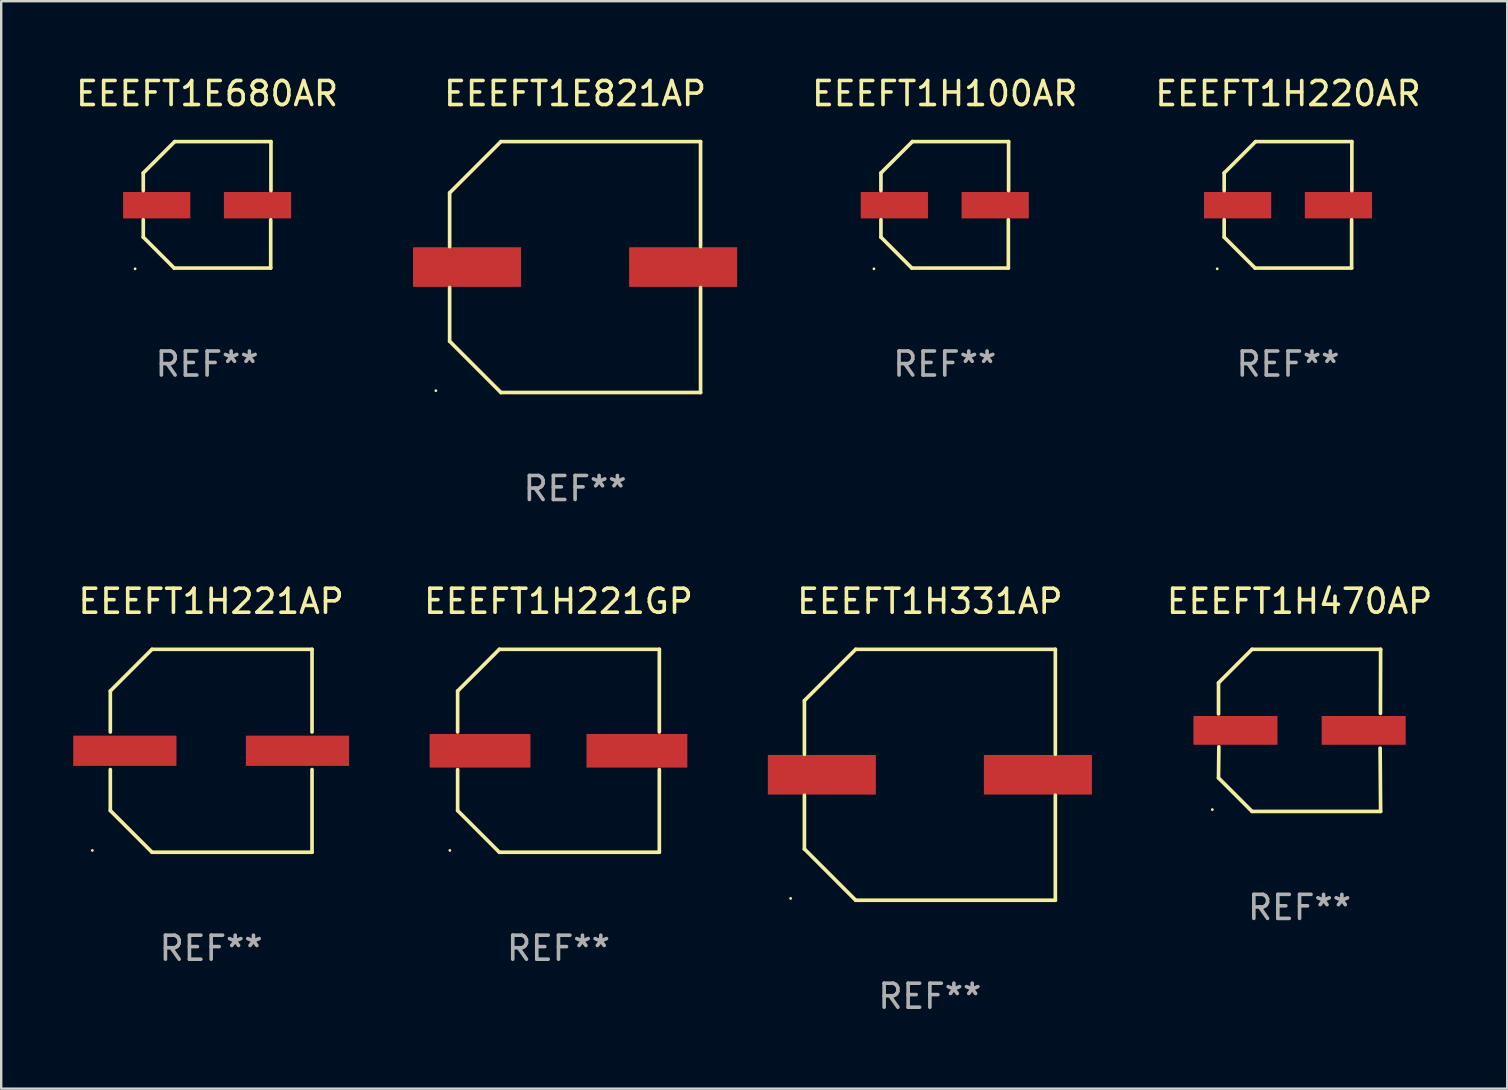
<source format=kicad_pcb>
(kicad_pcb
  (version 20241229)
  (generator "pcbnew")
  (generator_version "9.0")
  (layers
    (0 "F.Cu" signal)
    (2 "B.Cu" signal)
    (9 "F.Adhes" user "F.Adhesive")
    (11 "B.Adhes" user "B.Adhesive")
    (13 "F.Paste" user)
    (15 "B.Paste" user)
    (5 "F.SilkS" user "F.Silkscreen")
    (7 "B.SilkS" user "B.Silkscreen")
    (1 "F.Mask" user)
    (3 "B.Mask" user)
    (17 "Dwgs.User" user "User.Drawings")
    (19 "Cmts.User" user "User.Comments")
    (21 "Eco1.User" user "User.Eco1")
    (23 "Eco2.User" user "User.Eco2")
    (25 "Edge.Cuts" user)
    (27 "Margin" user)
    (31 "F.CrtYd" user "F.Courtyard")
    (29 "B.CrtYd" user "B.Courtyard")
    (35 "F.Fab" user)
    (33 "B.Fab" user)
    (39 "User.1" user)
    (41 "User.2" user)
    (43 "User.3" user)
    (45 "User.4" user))
  (footprint "EEEFT1E680AR"
    (layer "F.Cu")
    (at 5.577 5.482)
    (property "Reference" "EEEFT1E680AR" (at 0 -4.634 0) (layer "F.SilkS") (effects (font (size 1 1) (thickness 0.15))))
    (attr through_hole)
    (fp_line (start -2.659 -1.326) (end -2.659 -0.592) (stroke (width 0.152) (type solid)) (layer "F.SilkS"))
    (fp_line (start -2.659 1.346) (end -2.659 0.622) (stroke (width 0.152) (type solid)) (layer "F.SilkS"))
    (fp_line (start -1.372 2.634) (end -2.659 1.346) (stroke (width 0.152) (type solid)) (layer "F.SilkS"))
    (fp_line (start -1.349 -2.634) (end -2.659 -1.326) (stroke (width 0.152) (type solid)) (layer "F.SilkS"))
    (fp_line (start 2.649 0.622) (end 2.649 2.634) (stroke (width 0.152) (type solid)) (layer "F.SilkS"))
    (fp_line (start 2.649 2.634) (end -1.372 2.634) (stroke (width 0.152) (type solid)) (layer "F.SilkS"))
    (fp_line (start 2.659 -2.634) (end -1.349 -2.634) (stroke (width 0.152) (type solid)) (layer "F.SilkS"))
    (fp_line (start 2.659 -0.592) (end 2.659 -2.634) (stroke (width 0.152) (type solid)) (layer "F.SilkS"))
    (fp_circle (center -3 2.665) (end -2.97 2.665) (stroke (width 0.06) (type solid)) (fill no) (layer "F.SilkS"))
    (fp_text user "REF**" (at 0 6.634 0) (layer "F.Fab") (effects (font (size 1 1) (thickness 0.15))))
    (pad "1" smd rect (at -2.1 0.015) (size 2.8 1.1) (layers "F.Cu" "F.Mask" "F.Paste"))
    (pad "2" smd rect (at 2.1 0.015) (size 2.8 1.1) (layers "F.Cu" "F.Mask" "F.Paste")))
  (footprint "EEEFT1H331AP"
    (layer "F.Cu")
    (at 35.683 29.223)
    (property "Reference" "EEEFT1H331AP" (at 0 -7.226 0) (layer "F.SilkS") (effects (font (size 1 1) (thickness 0.15))))
    (attr through_hole)
    (fp_line (start -5.226 -3.09) (end -5.226 -0.852) (stroke (width 0.152) (type solid)) (layer "F.SilkS"))
    (fp_line (start -5.226 3.09) (end -5.226 0.852) (stroke (width 0.152) (type solid)) (layer "F.SilkS"))
    (fp_line (start -3.09 -5.226) (end -5.226 -3.09) (stroke (width 0.152) (type solid)) (layer "F.SilkS"))
    (fp_line (start -3.09 5.226) (end -5.226 3.09) (stroke (width 0.152) (type solid)) (layer "F.SilkS"))
    (fp_line (start 5.226 -5.226) (end -3.09 -5.226) (stroke (width 0.152) (type solid)) (layer "F.SilkS"))
    (fp_line (start 5.226 -0.852) (end 5.226 -5.226) (stroke (width 0.152) (type solid)) (layer "F.SilkS"))
    (fp_line (start 5.226 0.852) (end 5.226 5.226) (stroke (width 0.152) (type solid)) (layer "F.SilkS"))
    (fp_line (start 5.226 5.226) (end -3.09 5.226) (stroke (width 0.152) (type solid)) (layer "F.SilkS"))
    (fp_circle (center -5.8 5.15) (end -5.77 5.15) (stroke (width 0.06) (type solid)) (fill no) (layer "F.SilkS"))
    (fp_text user "REF**" (at 0 9.226 0) (layer "F.Fab") (effects (font (size 1 1) (thickness 0.15))))
    (pad "1" smd rect (at -4.5 0) (size 4.5 1.65) (layers "F.Cu" "F.Mask" "F.Paste"))
    (pad "2" smd rect (at 4.5 0) (size 4.5 1.65) (layers "F.Cu" "F.Mask" "F.Paste")))
  (footprint "EEEFT1H221GP"
    (layer "F.Cu")
    (at 20.213 28.223)
    (property "Reference" "EEEFT1H221GP" (at 0 -6.226 0) (layer "F.SilkS") (effects (font (size 1 1) (thickness 0.15))))
    (attr through_hole)
    (fp_line (start -4.201 -2.49) (end -4.201 -0.782) (stroke (width 0.152) (type solid)) (layer "F.SilkS"))
    (fp_line (start -4.201 2.49) (end -4.201 0.782) (stroke (width 0.152) (type solid)) (layer "F.SilkS"))
    (fp_line (start -2.465 -4.226) (end -4.201 -2.49) (stroke (width 0.152) (type solid)) (layer "F.SilkS"))
    (fp_line (start -2.465 4.226) (end -4.201 2.49) (stroke (width 0.152) (type solid)) (layer "F.SilkS"))
    (fp_line (start 4.201 -4.226) (end -2.465 -4.226) (stroke (width 0.152) (type solid)) (layer "F.SilkS"))
    (fp_line (start 4.201 -0.782) (end 4.201 -4.226) (stroke (width 0.152) (type solid)) (layer "F.SilkS"))
    (fp_line (start 4.201 0.782) (end 4.201 4.226) (stroke (width 0.152) (type solid)) (layer "F.SilkS"))
    (fp_line (start 4.201 4.226) (end -2.465 4.226) (stroke (width 0.152) (type solid)) (layer "F.SilkS"))
    (fp_circle (center -4.524 4.15) (end -4.494 4.15) (stroke (width 0.06) (type solid)) (fill no) (layer "F.SilkS"))
    (fp_text user "REF**" (at 0 8.226 0) (layer "F.Fab") (effects (font (size 1 1) (thickness 0.15))))
    (pad "1" smd rect (at -3.267 0) (size 4.2 1.4) (layers "F.Cu" "F.Mask" "F.Paste"))
    (pad "2" smd rect (at 3.267 0) (size 4.2 1.4) (layers "F.Cu" "F.Mask" "F.Paste")))
  (footprint "EEEFT1H470AP"
    (layer "F.Cu")
    (at 51.082 27.373)
    (property "Reference" "EEEFT1H470AP" (at 0 -5.376 0) (layer "F.SilkS") (effects (font (size 1 1) (thickness 0.15))))
    (attr through_hole)
    (fp_line (start -3.376 -1.98) (end -3.376 -0.686) (stroke (width 0.152) (type solid)) (layer "F.SilkS"))
    (fp_line (start -3.376 1.981) (end -3.362 0.686) (stroke (width 0.152) (type solid)) (layer "F.SilkS"))
    (fp_line (start -1.981 3.376) (end -3.376 1.981) (stroke (width 0.152) (type solid)) (layer "F.SilkS"))
    (fp_line (start -1.98 -3.376) (end -3.376 -1.98) (stroke (width 0.152) (type solid)) (layer "F.SilkS"))
    (fp_line (start 3.356 0.74) (end 3.376 3.376) (stroke (width 0.152) (type solid)) (layer "F.SilkS"))
    (fp_line (start 3.369 -0.707) (end 3.376 -3.376) (stroke (width 0.152) (type solid)) (layer "F.SilkS"))
    (fp_line (start 3.376 3.376) (end -1.981 3.376) (stroke (width 0.152) (type solid)) (layer "F.SilkS"))
    (fp_line (start 3.376 -3.376) (end -1.98 -3.376) (stroke (width 0.152) (type solid)) (layer "F.SilkS"))
    (fp_circle (center -3.634 3.3) (end -3.604 3.3) (stroke (width 0.06) (type solid)) (fill no) (layer "F.SilkS"))
    (fp_text user "REF**" (at 0 7.376 0) (layer "F.Fab") (effects (font (size 1 1) (thickness 0.15))))
    (pad "1" smd rect (at -2.67 0.000254) (size 3.5 1.2) (layers "F.Cu" "F.Mask" "F.Paste"))
    (pad "2" smd rect (at 2.67 0.000254) (size 3.5 1.2) (layers "F.Cu" "F.Mask" "F.Paste")))
  (footprint "EEEFT1H221AP"
    (layer "F.Cu")
    (at 5.746 28.223)
    (property "Reference" "EEEFT1H221AP" (at 0 -6.226 0) (layer "F.SilkS") (effects (font (size 1 1) (thickness 0.15))))
    (attr through_hole)
    (fp_line (start -4.201 -2.49) (end -4.201 -0.782) (stroke (width 0.152) (type solid)) (layer "F.SilkS"))
    (fp_line (start -4.201 2.49) (end -4.201 0.782) (stroke (width 0.152) (type solid)) (layer "F.SilkS"))
    (fp_line (start -2.465 -4.226) (end -4.201 -2.49) (stroke (width 0.152) (type solid)) (layer "F.SilkS"))
    (fp_line (start -2.465 4.226) (end -4.201 2.49) (stroke (width 0.152) (type solid)) (layer "F.SilkS"))
    (fp_line (start 4.201 -4.226) (end -2.465 -4.226) (stroke (width 0.152) (type solid)) (layer "F.SilkS"))
    (fp_line (start 4.201 -0.782) (end 4.201 -4.226) (stroke (width 0.152) (type solid)) (layer "F.SilkS"))
    (fp_line (start 4.201 0.782) (end 4.201 4.226) (stroke (width 0.152) (type solid)) (layer "F.SilkS"))
    (fp_line (start 4.201 4.226) (end -2.465 4.226) (stroke (width 0.152) (type solid)) (layer "F.SilkS"))
    (fp_circle (center -4.95 4.15) (end -4.92 4.15) (stroke (width 0.06) (type solid)) (fill no) (layer "F.SilkS"))
    (fp_text user "REF**" (at 0 8.226 0) (layer "F.Fab") (effects (font (size 1 1) (thickness 0.15))))
    (pad "1" smd rect (at -3.596 0.000025) (size 4.3 1.26) (layers "F.Cu" "F.Mask" "F.Paste"))
    (pad "2" smd rect (at 3.596 0.000025) (size 4.3 1.26) (layers "F.Cu" "F.Mask" "F.Paste")))
  (footprint "EEEFT1H100AR"
    (layer "F.Cu")
    (at 36.303 5.482)
    (property "Reference" "EEEFT1H100AR" (at 0 -4.634 0) (layer "F.SilkS") (effects (font (size 1 1) (thickness 0.15))))
    (attr through_hole)
    (fp_line (start -2.659 -1.326) (end -2.659 -0.592) (stroke (width 0.152) (type solid)) (layer "F.SilkS"))
    (fp_line (start -2.659 1.346) (end -2.659 0.622) (stroke (width 0.152) (type solid)) (layer "F.SilkS"))
    (fp_line (start -1.372 2.634) (end -2.659 1.346) (stroke (width 0.152) (type solid)) (layer "F.SilkS"))
    (fp_line (start -1.349 -2.634) (end -2.659 -1.326) (stroke (width 0.152) (type solid)) (layer "F.SilkS"))
    (fp_line (start 2.649 0.622) (end 2.649 2.634) (stroke (width 0.152) (type solid)) (layer "F.SilkS"))
    (fp_line (start 2.649 2.634) (end -1.372 2.634) (stroke (width 0.152) (type solid)) (layer "F.SilkS"))
    (fp_line (start 2.659 -2.634) (end -1.349 -2.634) (stroke (width 0.152) (type solid)) (layer "F.SilkS"))
    (fp_line (start 2.659 -0.592) (end 2.659 -2.634) (stroke (width 0.152) (type solid)) (layer "F.SilkS"))
    (fp_circle (center -2.95 2.665) (end -2.92 2.665) (stroke (width 0.06) (type solid)) (fill no) (layer "F.SilkS"))
    (fp_text user "REF**" (at 0 6.634 0) (layer "F.Fab") (effects (font (size 1 1) (thickness 0.15))))
    (pad "1" smd rect (at -2.1 0.015) (size 2.8 1.1) (layers "F.Cu" "F.Mask" "F.Paste"))
    (pad "2" smd rect (at 2.1 0.015) (size 2.8 1.1) (layers "F.Cu" "F.Mask" "F.Paste")))
  (footprint "EEEFT1E821AP"
    (layer "F.Cu")
    (at 20.905 8.074)
    (property "Reference" "EEEFT1E821AP" (at 0 -7.226 0) (layer "F.SilkS") (effects (font (size 1 1) (thickness 0.15))))
    (attr through_hole)
    (fp_line (start -5.226 -3.09) (end -5.226 -0.852) (stroke (width 0.152) (type solid)) (layer "F.SilkS"))
    (fp_line (start -5.226 3.09) (end -5.226 0.852) (stroke (width 0.152) (type solid)) (layer "F.SilkS"))
    (fp_line (start -3.09 -5.226) (end -5.226 -3.09) (stroke (width 0.152) (type solid)) (layer "F.SilkS"))
    (fp_line (start -3.09 5.226) (end -5.226 3.09) (stroke (width 0.152) (type solid)) (layer "F.SilkS"))
    (fp_line (start 5.226 -5.226) (end -3.09 -5.226) (stroke (width 0.152) (type solid)) (layer "F.SilkS"))
    (fp_line (start 5.226 -0.852) (end 5.226 -5.226) (stroke (width 0.152) (type solid)) (layer "F.SilkS"))
    (fp_line (start 5.226 0.852) (end 5.226 5.226) (stroke (width 0.152) (type solid)) (layer "F.SilkS"))
    (fp_line (start 5.226 5.226) (end -3.09 5.226) (stroke (width 0.152) (type solid)) (layer "F.SilkS"))
    (fp_circle (center -5.8 5.15) (end -5.77 5.15) (stroke (width 0.06) (type solid)) (fill no) (layer "F.SilkS"))
    (fp_text user "REF**" (at 0 9.226 0) (layer "F.Fab") (effects (font (size 1 1) (thickness 0.15))))
    (pad "1" smd rect (at -4.5 0) (size 4.5 1.65) (layers "F.Cu" "F.Mask" "F.Paste"))
    (pad "2" smd rect (at 4.5 0) (size 4.5 1.65) (layers "F.Cu" "F.Mask" "F.Paste")))
  (footprint "EEEFT1H220AR"
    (layer "F.Cu")
    (at 50.601 5.482)
    (property "Reference" "EEEFT1H220AR" (at 0 -4.634 0) (layer "F.SilkS") (effects (font (size 1 1) (thickness 0.15))))
    (attr through_hole)
    (fp_line (start -2.659 -1.326) (end -2.659 -0.592) (stroke (width 0.152) (type solid)) (layer "F.SilkS"))
    (fp_line (start -2.659 1.346) (end -2.659 0.622) (stroke (width 0.152) (type solid)) (layer "F.SilkS"))
    (fp_line (start -1.372 2.634) (end -2.659 1.346) (stroke (width 0.152) (type solid)) (layer "F.SilkS"))
    (fp_line (start -1.349 -2.634) (end -2.659 -1.326) (stroke (width 0.152) (type solid)) (layer "F.SilkS"))
    (fp_line (start 2.649 0.622) (end 2.649 2.634) (stroke (width 0.152) (type solid)) (layer "F.SilkS"))
    (fp_line (start 2.649 2.634) (end -1.372 2.634) (stroke (width 0.152) (type solid)) (layer "F.SilkS"))
    (fp_line (start 2.659 -2.634) (end -1.349 -2.634) (stroke (width 0.152) (type solid)) (layer "F.SilkS"))
    (fp_line (start 2.659 -0.592) (end 2.659 -2.634) (stroke (width 0.152) (type solid)) (layer "F.SilkS"))
    (fp_circle (center -2.95 2.665) (end -2.92 2.665) (stroke (width 0.06) (type solid)) (fill no) (layer "F.SilkS"))
    (fp_text user "REF**" (at 0 6.634 0) (layer "F.Fab") (effects (font (size 1 1) (thickness 0.15))))
    (pad "1" smd rect (at -2.1 0.015) (size 2.8 1.1) (layers "F.Cu" "F.Mask" "F.Paste"))
    (pad "2" smd rect (at 2.1 0.015) (size 2.8 1.1) (layers "F.Cu" "F.Mask" "F.Paste")))
  (gr_rect
    (start -3 -3)
    (end 59.731 42.298)
    (stroke (width 0.1) (type default))
    (fill no)
    (layer "Edge.Cuts")))
</source>
